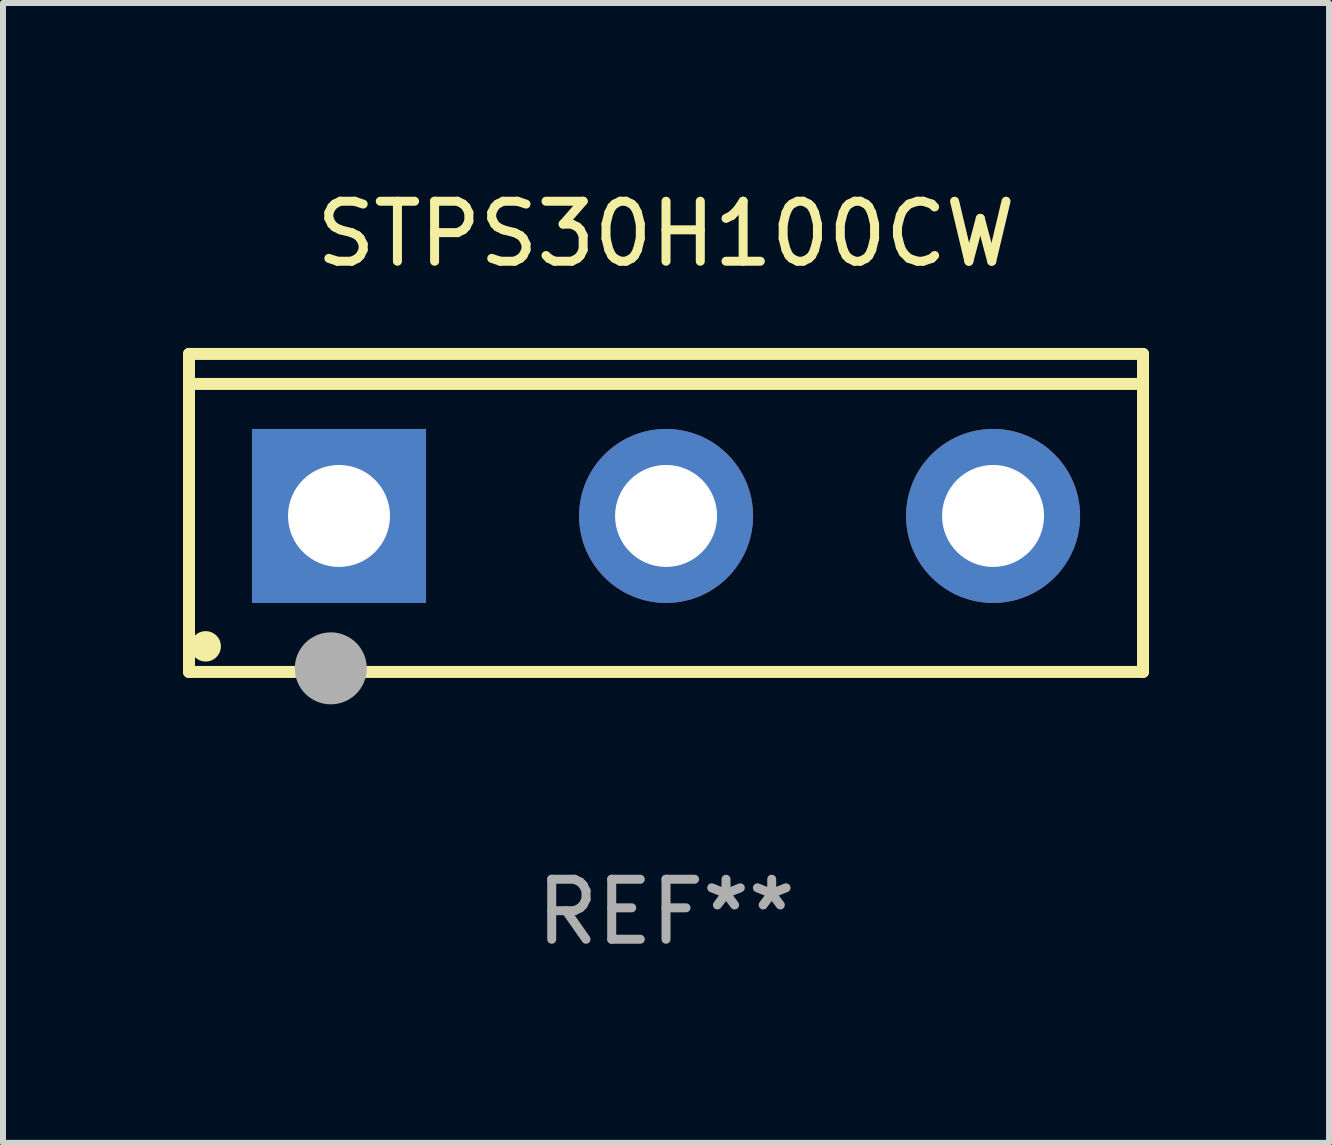
<source format=kicad_pcb>
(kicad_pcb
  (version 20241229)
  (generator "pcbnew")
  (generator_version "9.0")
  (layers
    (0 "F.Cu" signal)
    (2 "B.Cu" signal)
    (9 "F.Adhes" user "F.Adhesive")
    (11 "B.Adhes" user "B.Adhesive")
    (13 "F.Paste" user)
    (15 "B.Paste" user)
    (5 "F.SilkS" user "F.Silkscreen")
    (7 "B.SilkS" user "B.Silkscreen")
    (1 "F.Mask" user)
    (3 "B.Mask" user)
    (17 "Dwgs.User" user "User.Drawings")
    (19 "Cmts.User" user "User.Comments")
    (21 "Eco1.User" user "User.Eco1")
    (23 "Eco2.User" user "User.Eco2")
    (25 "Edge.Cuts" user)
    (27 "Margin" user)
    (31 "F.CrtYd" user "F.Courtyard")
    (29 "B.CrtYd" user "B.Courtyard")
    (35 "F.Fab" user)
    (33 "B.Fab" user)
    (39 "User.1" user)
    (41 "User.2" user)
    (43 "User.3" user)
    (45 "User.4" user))
  (footprint "STPS30H100CW"
    (layer "F.Cu")
    (at 8.05 5.499)
    (property "Reference" "STPS30H100CW" (at 0 -4.65 0) (layer "F.SilkS") (effects (font (size 1 1) (thickness 0.15))))
    (attr through_hole)
    (fp_line (start -7.95 -2.65) (end -7.95 2.65) (stroke (width 0.2) (type solid)) (layer "F.SilkS"))
    (fp_line (start -7.95 -2.15) (end 7.95 -2.15) (stroke (width 0.2) (type solid)) (layer "F.SilkS"))
    (fp_line (start -7.95 2.65) (end 7.95 2.65) (stroke (width 0.2) (type solid)) (layer "F.SilkS"))
    (fp_line (start 7.95 -2.65) (end -7.95 -2.65) (stroke (width 0.2) (type solid)) (layer "F.SilkS"))
    (fp_line (start 7.95 2.65) (end 7.95 -2.65) (stroke (width 0.2) (type solid)) (layer "F.SilkS"))
    (fp_circle (center -7.672 2.223) (end -7.545 2.223) (stroke (width 0.254) (type solid)) (fill no) (layer "F.SilkS"))
    (fp_circle (center -5.587 2.59) (end -5.287 2.59) (stroke (width 0.6) (type solid)) (fill no) (layer "F.Fab"))
    (fp_text user "REF**" (at 0 6.65 0) (layer "F.Fab") (effects (font (size 1 1) (thickness 0.15))))
    (pad "1" thru_hole rect (at -5.45 0.05) (size 2.9 2.9) (drill 1.7) (layers "*.Cu" "*.Mask"))
    (pad "2" thru_hole circle (at 0.001 0.05) (size 2.9 2.9) (drill 1.7) (layers "*.Cu" "*.Mask"))
    (pad "3" thru_hole circle (at 5.451 0.05) (size 2.9 2.9) (drill 1.7) (layers "*.Cu" "*.Mask")))
  (gr_rect
    (start -3 -3)
    (end 19.1 15.997)
    (stroke (width 0.1) (type default))
    (fill no)
    (layer "Edge.Cuts")))
</source>
